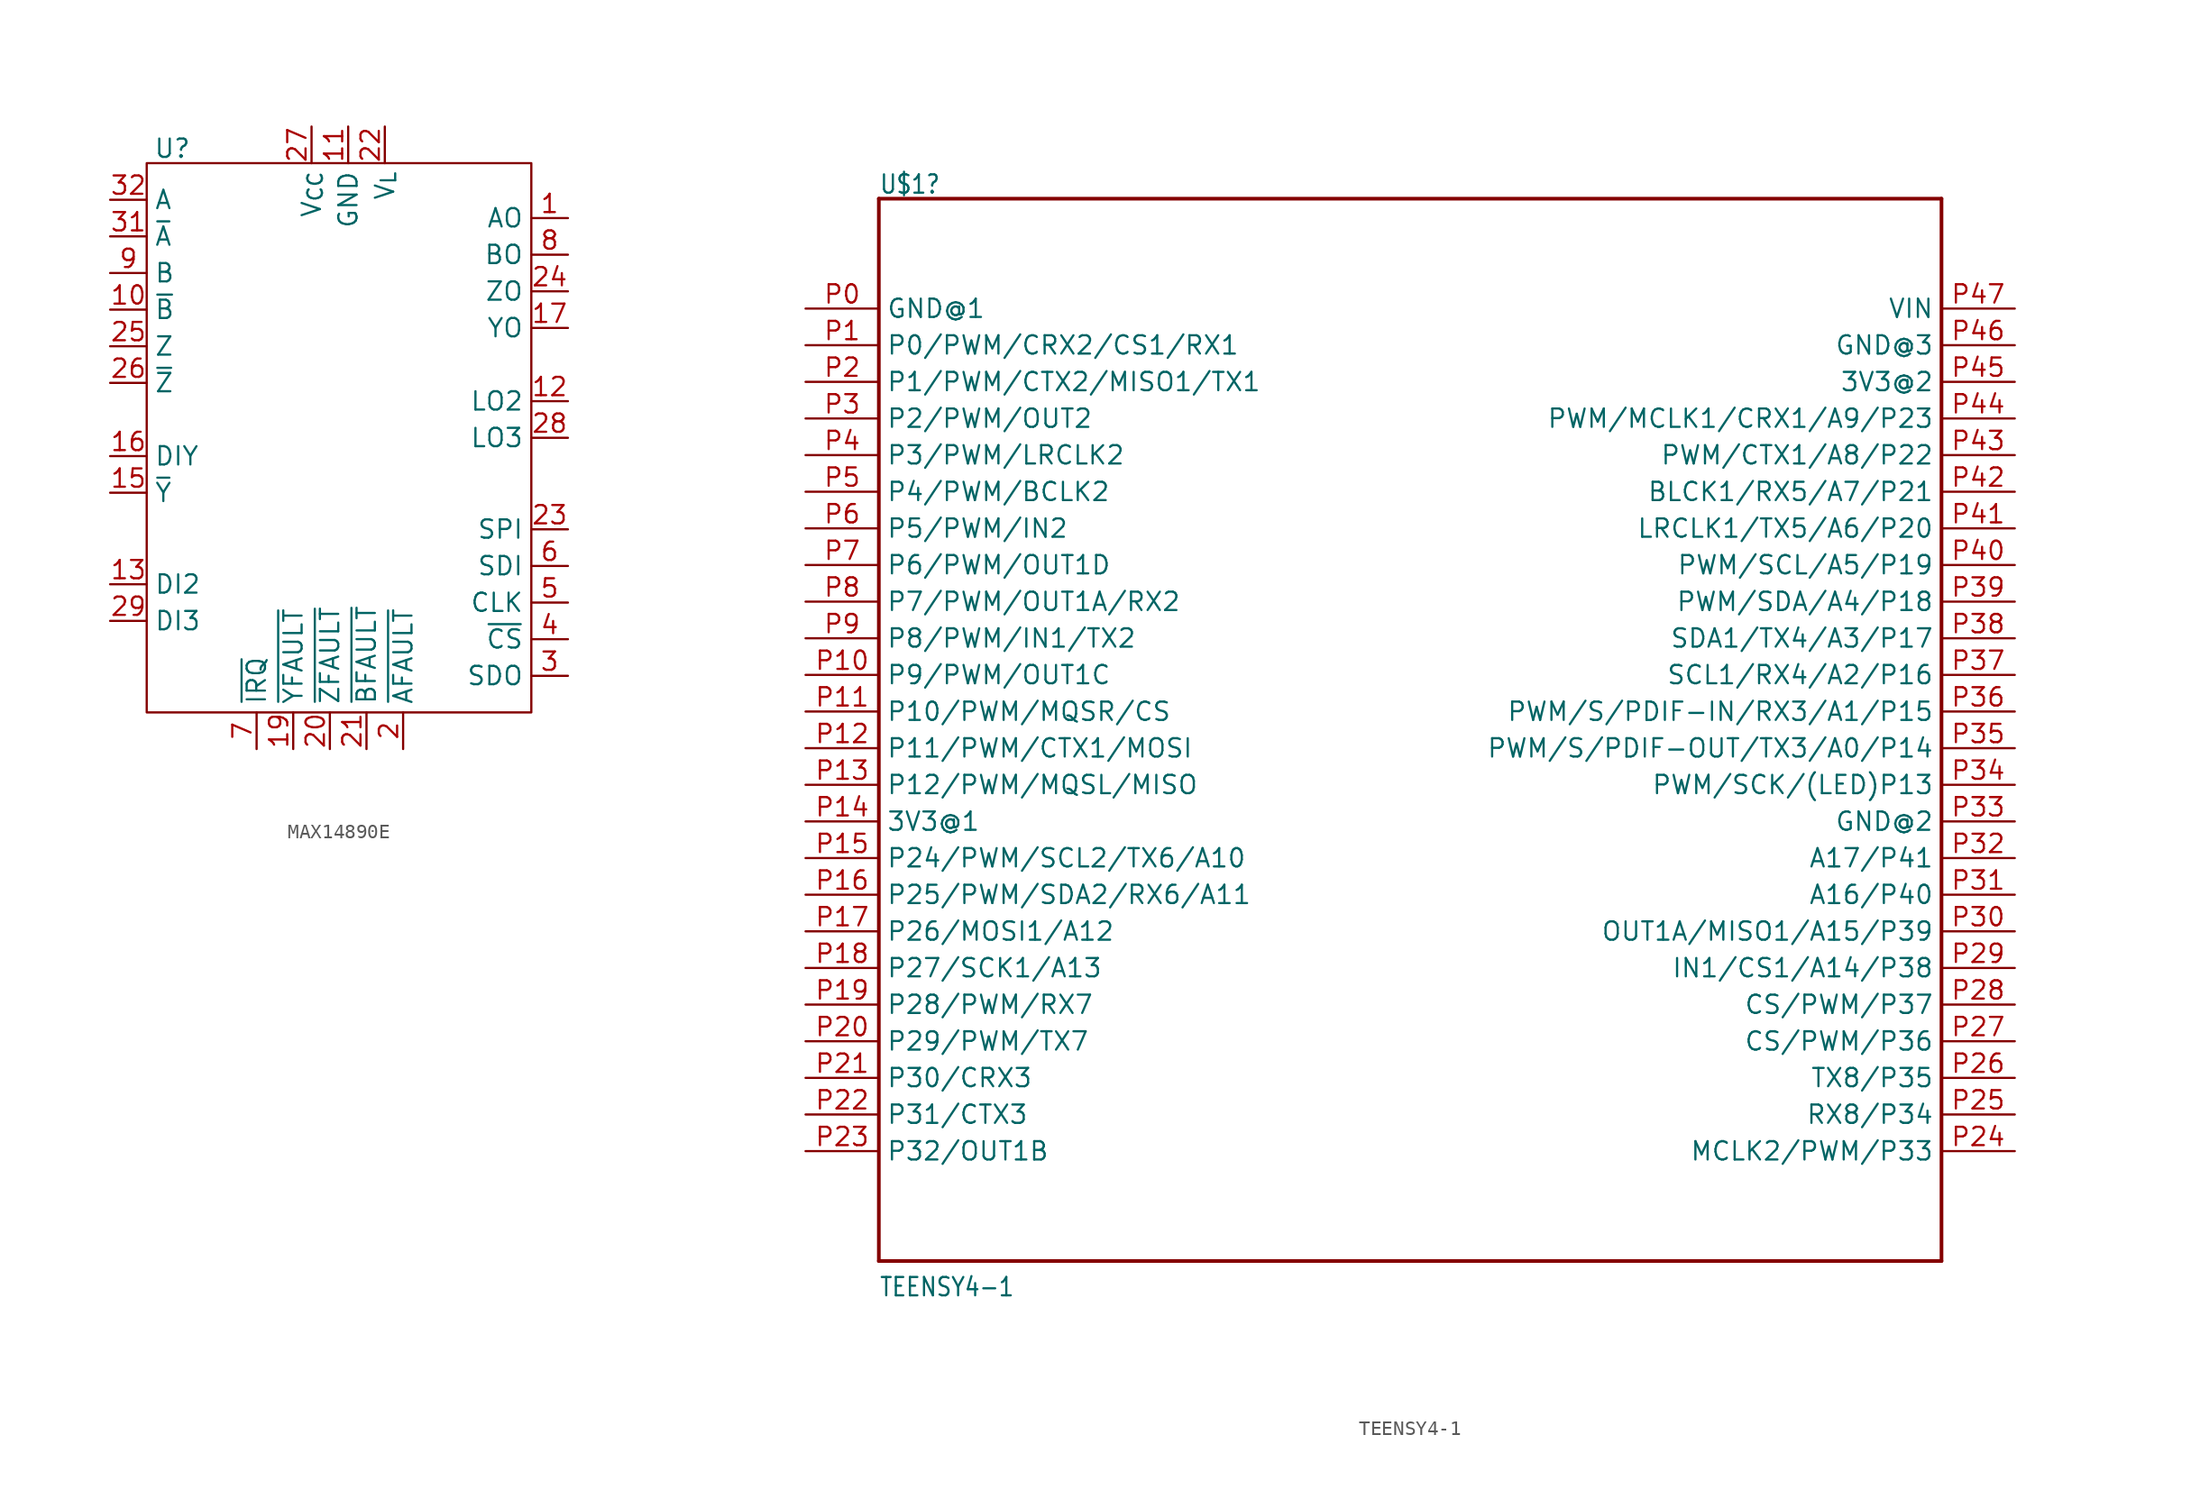
<source format=kicad_sym>
(kicad_symbol_lib
  (version 20241209)
  (generator "kicad_symbol_editor")
  (generator_version "9.0")
  (symbol "MAX14890E"
    (property "Reference" "U"
      (at -12.192 18.796 0)
      (effects (font (size 1.27 1.27))))
    (property "Value" ""
      (at 0 0 0)
      (effects (font (size 1.27 1.27))))
    (symbol "MAX14890E_0_1"
      (rectangle (start -13.97 17.78) (end 12.7 -20.32) (stroke (width 0) (type default)) (fill (type none))))
    (symbol "MAX14890E_1_1"
      (pin input line (at -16.51 15.24 0) (length 2.54) (name "A" (effects (font (size 1.27 1.27)))) (number "32" (effects (font (size 1.27 1.27)))))
      (pin input line (at -16.51 12.7 0) (length 2.54) (name "~{A}" (effects (font (size 1.27 1.27)))) (number "31" (effects (font (size 1.27 1.27)))))
      (pin input line (at -16.51 10.16 0) (length 2.54) (name "B" (effects (font (size 1.27 1.27)))) (number "9" (effects (font (size 1.27 1.27)))))
      (pin input line (at -16.51 7.62 0) (length 2.54) (name "~{B}" (effects (font (size 1.27 1.27)))) (number "10" (effects (font (size 1.27 1.27)))))
      (pin output line (at -16.51 5.08 0) (length 2.54) (name "Z" (effects (font (size 1.27 1.27)))) (number "25" (effects (font (size 1.27 1.27)))))
      (pin output line (at -16.51 2.54 0) (length 2.54) (name "~{Z}" (effects (font (size 1.27 1.27)))) (number "26" (effects (font (size 1.27 1.27)))))
      (pin input line (at -16.51 -2.54 0) (length 2.54) (name "DIY" (effects (font (size 1.27 1.27)))) (number "16" (effects (font (size 1.27 1.27)))))
      (pin input line (at -16.51 -5.08 0) (length 2.54) (name "~{Y}" (effects (font (size 1.27 1.27)))) (number "15" (effects (font (size 1.27 1.27)))))
      (pin input line (at -16.51 -11.43 0) (length 2.54) (name "DI2" (effects (font (size 1.27 1.27)))) (number "13" (effects (font (size 1.27 1.27)))))
      (pin input line (at -16.51 -13.97 0) (length 2.54) (name "DI3" (effects (font (size 1.27 1.27)))) (number "29" (effects (font (size 1.27 1.27)))))
      (pin output line (at -6.35 -22.86 90) (length 2.54) (name "~{IRQ}" (effects (font (size 1.27 1.27)))) (number "7" (effects (font (size 1.27 1.27)))))
      (pin input line (at -3.81 -22.86 90) (length 2.54) (name "~{YFAULT}" (effects (font (size 1.27 1.27)))) (number "19" (effects (font (size 1.27 1.27)))))
      (pin output line (at -2.54 20.32 270) (length 2.54) (name "V_{CC}" (effects (font (size 1.27 1.27)))) (number "27" (effects (font (size 1.27 1.27)))))
      (pin input line (at -1.27 -22.86 90) (length 2.54) (name "~{ZFAULT}" (effects (font (size 1.27 1.27)))) (number "20" (effects (font (size 1.27 1.27)))))
      (pin input line (at 0 20.32 270) (length 2.54) (name "GND" (effects (font (size 1.27 1.27)))) (number "11" (effects (font (size 1.27 1.27)))))
      (pin input line (at 1.27 -22.86 90) (length 2.54) (name "~{BFAULT}" (effects (font (size 1.27 1.27)))) (number "21" (effects (font (size 1.27 1.27)))))
      (pin input line (at 2.54 20.32 270) (length 2.54) (name "V_{L}" (effects (font (size 1.27 1.27)))) (number "22" (effects (font (size 1.27 1.27)))))
      (pin output line (at 3.81 -22.86 90) (length 2.54) (name "~{AFAULT}" (effects (font (size 1.27 1.27)))) (number "2" (effects (font (size 1.27 1.27)))))
      (pin input line (at 15.24 13.97 180) (length 2.54) (name "AO" (effects (font (size 1.27 1.27)))) (number "1" (effects (font (size 1.27 1.27)))))
      (pin output line (at 15.24 11.43 180) (length 2.54) (name "BO" (effects (font (size 1.27 1.27)))) (number "8" (effects (font (size 1.27 1.27)))))
      (pin output line (at 15.24 8.89 180) (length 2.54) (name "ZO" (effects (font (size 1.27 1.27)))) (number "24" (effects (font (size 1.27 1.27)))))
      (pin input line (at 15.24 6.35 180) (length 2.54) (name "YO" (effects (font (size 1.27 1.27)))) (number "17" (effects (font (size 1.27 1.27)))))
      (pin output line (at 15.24 1.27 180) (length 2.54) (name "LO2" (effects (font (size 1.27 1.27)))) (number "12" (effects (font (size 1.27 1.27)))))
      (pin output line (at 15.24 -1.27 180) (length 2.54) (name "LO3" (effects (font (size 1.27 1.27)))) (number "28" (effects (font (size 1.27 1.27)))))
      (pin input line (at 15.24 -7.62 180) (length 2.54) (name "SPI" (effects (font (size 1.27 1.27)))) (number "23" (effects (font (size 1.27 1.27)))))
      (pin input line (at 15.24 -10.16 180) (length 2.54) (name "SDI" (effects (font (size 1.27 1.27)))) (number "6" (effects (font (size 1.27 1.27)))))
      (pin input line (at 15.24 -12.7 180) (length 2.54) (name "CLK" (effects (font (size 1.27 1.27)))) (number "5" (effects (font (size 1.27 1.27)))))
      (pin output line (at 15.24 -15.24 180) (length 2.54) (name "~{CS}" (effects (font (size 1.27 1.27)))) (number "4" (effects (font (size 1.27 1.27)))))
      (pin output line (at 15.24 -17.78 180) (length 2.54) (name "SDO" (effects (font (size 1.27 1.27)))) (number "3" (effects (font (size 1.27 1.27)))))))
  (symbol "TEENSY4-1"
    (property "Reference" "U$1"
      (at -38.1 35.814 0)
      (effects (font (size 1.27 1.079)) (justify left bottom)))
    (property "Value" "TEENSY4-1"
      (at -38.1 -40.64 0)
      (effects (font (size 1.27 1.079)) (justify left bottom)))
    (property "ki_locked" ""
      (at 0 0 0)
      (effects (font (size 1.27 1.27))))
    (symbol "TEENSY4-1_1_0"
      (polyline (pts (xy -38.1 35.56) (xy 35.56 35.56)) (stroke (width 0.254) (type solid)) (fill (type none)))
      (polyline (pts (xy -38.1 -38.1) (xy -38.1 35.56)) (stroke (width 0.254) (type solid)) (fill (type none)))
      (polyline (pts (xy 35.56 35.56) (xy 35.56 -38.1)) (stroke (width 0.254) (type solid)) (fill (type none)))
      (polyline (pts (xy 35.56 -38.1) (xy -38.1 -38.1)) (stroke (width 0.254) (type solid)) (fill (type none)))
      (pin bidirectional line (at -43.18 27.94 0) (length 5.08) (name "GND@1" (effects (font (size 1.27 1.27)))) (number "P0" (effects (font (size 1.27 1.27)))))
      (pin bidirectional line (at -43.18 25.4 0) (length 5.08) (name "P0/PWM/CRX2/CS1/RX1" (effects (font (size 1.27 1.27)))) (number "P1" (effects (font (size 1.27 1.27)))))
      (pin bidirectional line (at -43.18 22.86 0) (length 5.08) (name "P1/PWM/CTX2/MISO1/TX1" (effects (font (size 1.27 1.27)))) (number "P2" (effects (font (size 1.27 1.27)))))
      (pin bidirectional line (at -43.18 20.32 0) (length 5.08) (name "P2/PWM/OUT2" (effects (font (size 1.27 1.27)))) (number "P3" (effects (font (size 1.27 1.27)))))
      (pin bidirectional line (at -43.18 17.78 0) (length 5.08) (name "P3/PWM/LRCLK2" (effects (font (size 1.27 1.27)))) (number "P4" (effects (font (size 1.27 1.27)))))
      (pin bidirectional line (at -43.18 15.24 0) (length 5.08) (name "P4/PWM/BCLK2" (effects (font (size 1.27 1.27)))) (number "P5" (effects (font (size 1.27 1.27)))))
      (pin bidirectional line (at -43.18 12.7 0) (length 5.08) (name "P5/PWM/IN2" (effects (font (size 1.27 1.27)))) (number "P6" (effects (font (size 1.27 1.27)))))
      (pin bidirectional line (at -43.18 10.16 0) (length 5.08) (name "P6/PWM/OUT1D" (effects (font (size 1.27 1.27)))) (number "P7" (effects (font (size 1.27 1.27)))))
      (pin bidirectional line (at -43.18 7.62 0) (length 5.08) (name "P7/PWM/OUT1A/RX2" (effects (font (size 1.27 1.27)))) (number "P8" (effects (font (size 1.27 1.27)))))
      (pin bidirectional line (at -43.18 5.08 0) (length 5.08) (name "P8/PWM/IN1/TX2" (effects (font (size 1.27 1.27)))) (number "P9" (effects (font (size 1.27 1.27)))))
      (pin bidirectional line (at -43.18 2.54 0) (length 5.08) (name "P9/PWM/OUT1C" (effects (font (size 1.27 1.27)))) (number "P10" (effects (font (size 1.27 1.27)))))
      (pin bidirectional line (at -43.18 0 0) (length 5.08) (name "P10/PWM/MQSR/CS" (effects (font (size 1.27 1.27)))) (number "P11" (effects (font (size 1.27 1.27)))))
      (pin bidirectional line (at -43.18 -2.54 0) (length 5.08) (name "P11/PWM/CTX1/MOSI" (effects (font (size 1.27 1.27)))) (number "P12" (effects (font (size 1.27 1.27)))))
      (pin bidirectional line (at -43.18 -5.08 0) (length 5.08) (name "P12/PWM/MQSL/MISO" (effects (font (size 1.27 1.27)))) (number "P13" (effects (font (size 1.27 1.27)))))
      (pin bidirectional line (at -43.18 -7.62 0) (length 5.08) (name "3V3@1" (effects (font (size 1.27 1.27)))) (number "P14" (effects (font (size 1.27 1.27)))))
      (pin bidirectional line (at -43.18 -10.16 0) (length 5.08) (name "P24/PWM/SCL2/TX6/A10" (effects (font (size 1.27 1.27)))) (number "P15" (effects (font (size 1.27 1.27)))))
      (pin bidirectional line (at -43.18 -12.7 0) (length 5.08) (name "P25/PWM/SDA2/RX6/A11" (effects (font (size 1.27 1.27)))) (number "P16" (effects (font (size 1.27 1.27)))))
      (pin bidirectional line (at -43.18 -15.24 0) (length 5.08) (name "P26/MOSI1/A12" (effects (font (size 1.27 1.27)))) (number "P17" (effects (font (size 1.27 1.27)))))
      (pin bidirectional line (at -43.18 -17.78 0) (length 5.08) (name "P27/SCK1/A13" (effects (font (size 1.27 1.27)))) (number "P18" (effects (font (size 1.27 1.27)))))
      (pin bidirectional line (at -43.18 -20.32 0) (length 5.08) (name "P28/PWM/RX7" (effects (font (size 1.27 1.27)))) (number "P19" (effects (font (size 1.27 1.27)))))
      (pin bidirectional line (at -43.18 -22.86 0) (length 5.08) (name "P29/PWM/TX7" (effects (font (size 1.27 1.27)))) (number "P20" (effects (font (size 1.27 1.27)))))
      (pin bidirectional line (at -43.18 -25.4 0) (length 5.08) (name "P30/CRX3" (effects (font (size 1.27 1.27)))) (number "P21" (effects (font (size 1.27 1.27)))))
      (pin bidirectional line (at -43.18 -27.94 0) (length 5.08) (name "P31/CTX3" (effects (font (size 1.27 1.27)))) (number "P22" (effects (font (size 1.27 1.27)))))
      (pin bidirectional line (at -43.18 -30.48 0) (length 5.08) (name "P32/OUT1B" (effects (font (size 1.27 1.27)))) (number "P23" (effects (font (size 1.27 1.27)))))
      (pin bidirectional line (at 40.64 27.94 180) (length 5.08) (name "VIN" (effects (font (size 1.27 1.27)))) (number "P47" (effects (font (size 1.27 1.27)))))
      (pin bidirectional line (at 40.64 25.4 180) (length 5.08) (name "GND@3" (effects (font (size 1.27 1.27)))) (number "P46" (effects (font (size 1.27 1.27)))))
      (pin bidirectional line (at 40.64 22.86 180) (length 5.08) (name "3V3@2" (effects (font (size 1.27 1.27)))) (number "P45" (effects (font (size 1.27 1.27)))))
      (pin bidirectional line (at 40.64 20.32 180) (length 5.08) (name "PWM/MCLK1/CRX1/A9/P23" (effects (font (size 1.27 1.27)))) (number "P44" (effects (font (size 1.27 1.27)))))
      (pin bidirectional line (at 40.64 17.78 180) (length 5.08) (name "PWM/CTX1/A8/P22" (effects (font (size 1.27 1.27)))) (number "P43" (effects (font (size 1.27 1.27)))))
      (pin bidirectional line (at 40.64 15.24 180) (length 5.08) (name "BLCK1/RX5/A7/P21" (effects (font (size 1.27 1.27)))) (number "P42" (effects (font (size 1.27 1.27)))))
      (pin bidirectional line (at 40.64 12.7 180) (length 5.08) (name "LRCLK1/TX5/A6/P20" (effects (font (size 1.27 1.27)))) (number "P41" (effects (font (size 1.27 1.27)))))
      (pin bidirectional line (at 40.64 10.16 180) (length 5.08) (name "PWM/SCL/A5/P19" (effects (font (size 1.27 1.27)))) (number "P40" (effects (font (size 1.27 1.27)))))
      (pin bidirectional line (at 40.64 7.62 180) (length 5.08) (name "PWM/SDA/A4/P18" (effects (font (size 1.27 1.27)))) (number "P39" (effects (font (size 1.27 1.27)))))
      (pin bidirectional line (at 40.64 5.08 180) (length 5.08) (name "SDA1/TX4/A3/P17" (effects (font (size 1.27 1.27)))) (number "P38" (effects (font (size 1.27 1.27)))))
      (pin bidirectional line (at 40.64 2.54 180) (length 5.08) (name "SCL1/RX4/A2/P16" (effects (font (size 1.27 1.27)))) (number "P37" (effects (font (size 1.27 1.27)))))
      (pin bidirectional line (at 40.64 0 180) (length 5.08) (name "PWM/S/PDIF-IN/RX3/A1/P15" (effects (font (size 1.27 1.27)))) (number "P36" (effects (font (size 1.27 1.27)))))
      (pin bidirectional line (at 40.64 -2.54 180) (length 5.08) (name "PWM/S/PDIF-OUT/TX3/A0/P14" (effects (font (size 1.27 1.27)))) (number "P35" (effects (font (size 1.27 1.27)))))
      (pin bidirectional line (at 40.64 -5.08 180) (length 5.08) (name "PWM/SCK/(LED)P13" (effects (font (size 1.27 1.27)))) (number "P34" (effects (font (size 1.27 1.27)))))
      (pin bidirectional line (at 40.64 -7.62 180) (length 5.08) (name "GND@2" (effects (font (size 1.27 1.27)))) (number "P33" (effects (font (size 1.27 1.27)))))
      (pin bidirectional line (at 40.64 -10.16 180) (length 5.08) (name "A17/P41" (effects (font (size 1.27 1.27)))) (number "P32" (effects (font (size 1.27 1.27)))))
      (pin bidirectional line (at 40.64 -12.7 180) (length 5.08) (name "A16/P40" (effects (font (size 1.27 1.27)))) (number "P31" (effects (font (size 1.27 1.27)))))
      (pin bidirectional line (at 40.64 -15.24 180) (length 5.08) (name "OUT1A/MISO1/A15/P39" (effects (font (size 1.27 1.27)))) (number "P30" (effects (font (size 1.27 1.27)))))
      (pin bidirectional line (at 40.64 -17.78 180) (length 5.08) (name "IN1/CS1/A14/P38" (effects (font (size 1.27 1.27)))) (number "P29" (effects (font (size 1.27 1.27)))))
      (pin bidirectional line (at 40.64 -20.32 180) (length 5.08) (name "CS/PWM/P37" (effects (font (size 1.27 1.27)))) (number "P28" (effects (font (size 1.27 1.27)))))
      (pin bidirectional line (at 40.64 -22.86 180) (length 5.08) (name "CS/PWM/P36" (effects (font (size 1.27 1.27)))) (number "P27" (effects (font (size 1.27 1.27)))))
      (pin bidirectional line (at 40.64 -25.4 180) (length 5.08) (name "TX8/P35" (effects (font (size 1.27 1.27)))) (number "P26" (effects (font (size 1.27 1.27)))))
      (pin bidirectional line (at 40.64 -27.94 180) (length 5.08) (name "RX8/P34" (effects (font (size 1.27 1.27)))) (number "P25" (effects (font (size 1.27 1.27)))))
      (pin bidirectional line (at 40.64 -30.48 180) (length 5.08) (name "MCLK2/PWM/P33" (effects (font (size 1.27 1.27)))) (number "P24" (effects (font (size 1.27 1.27))))))))
</source>
